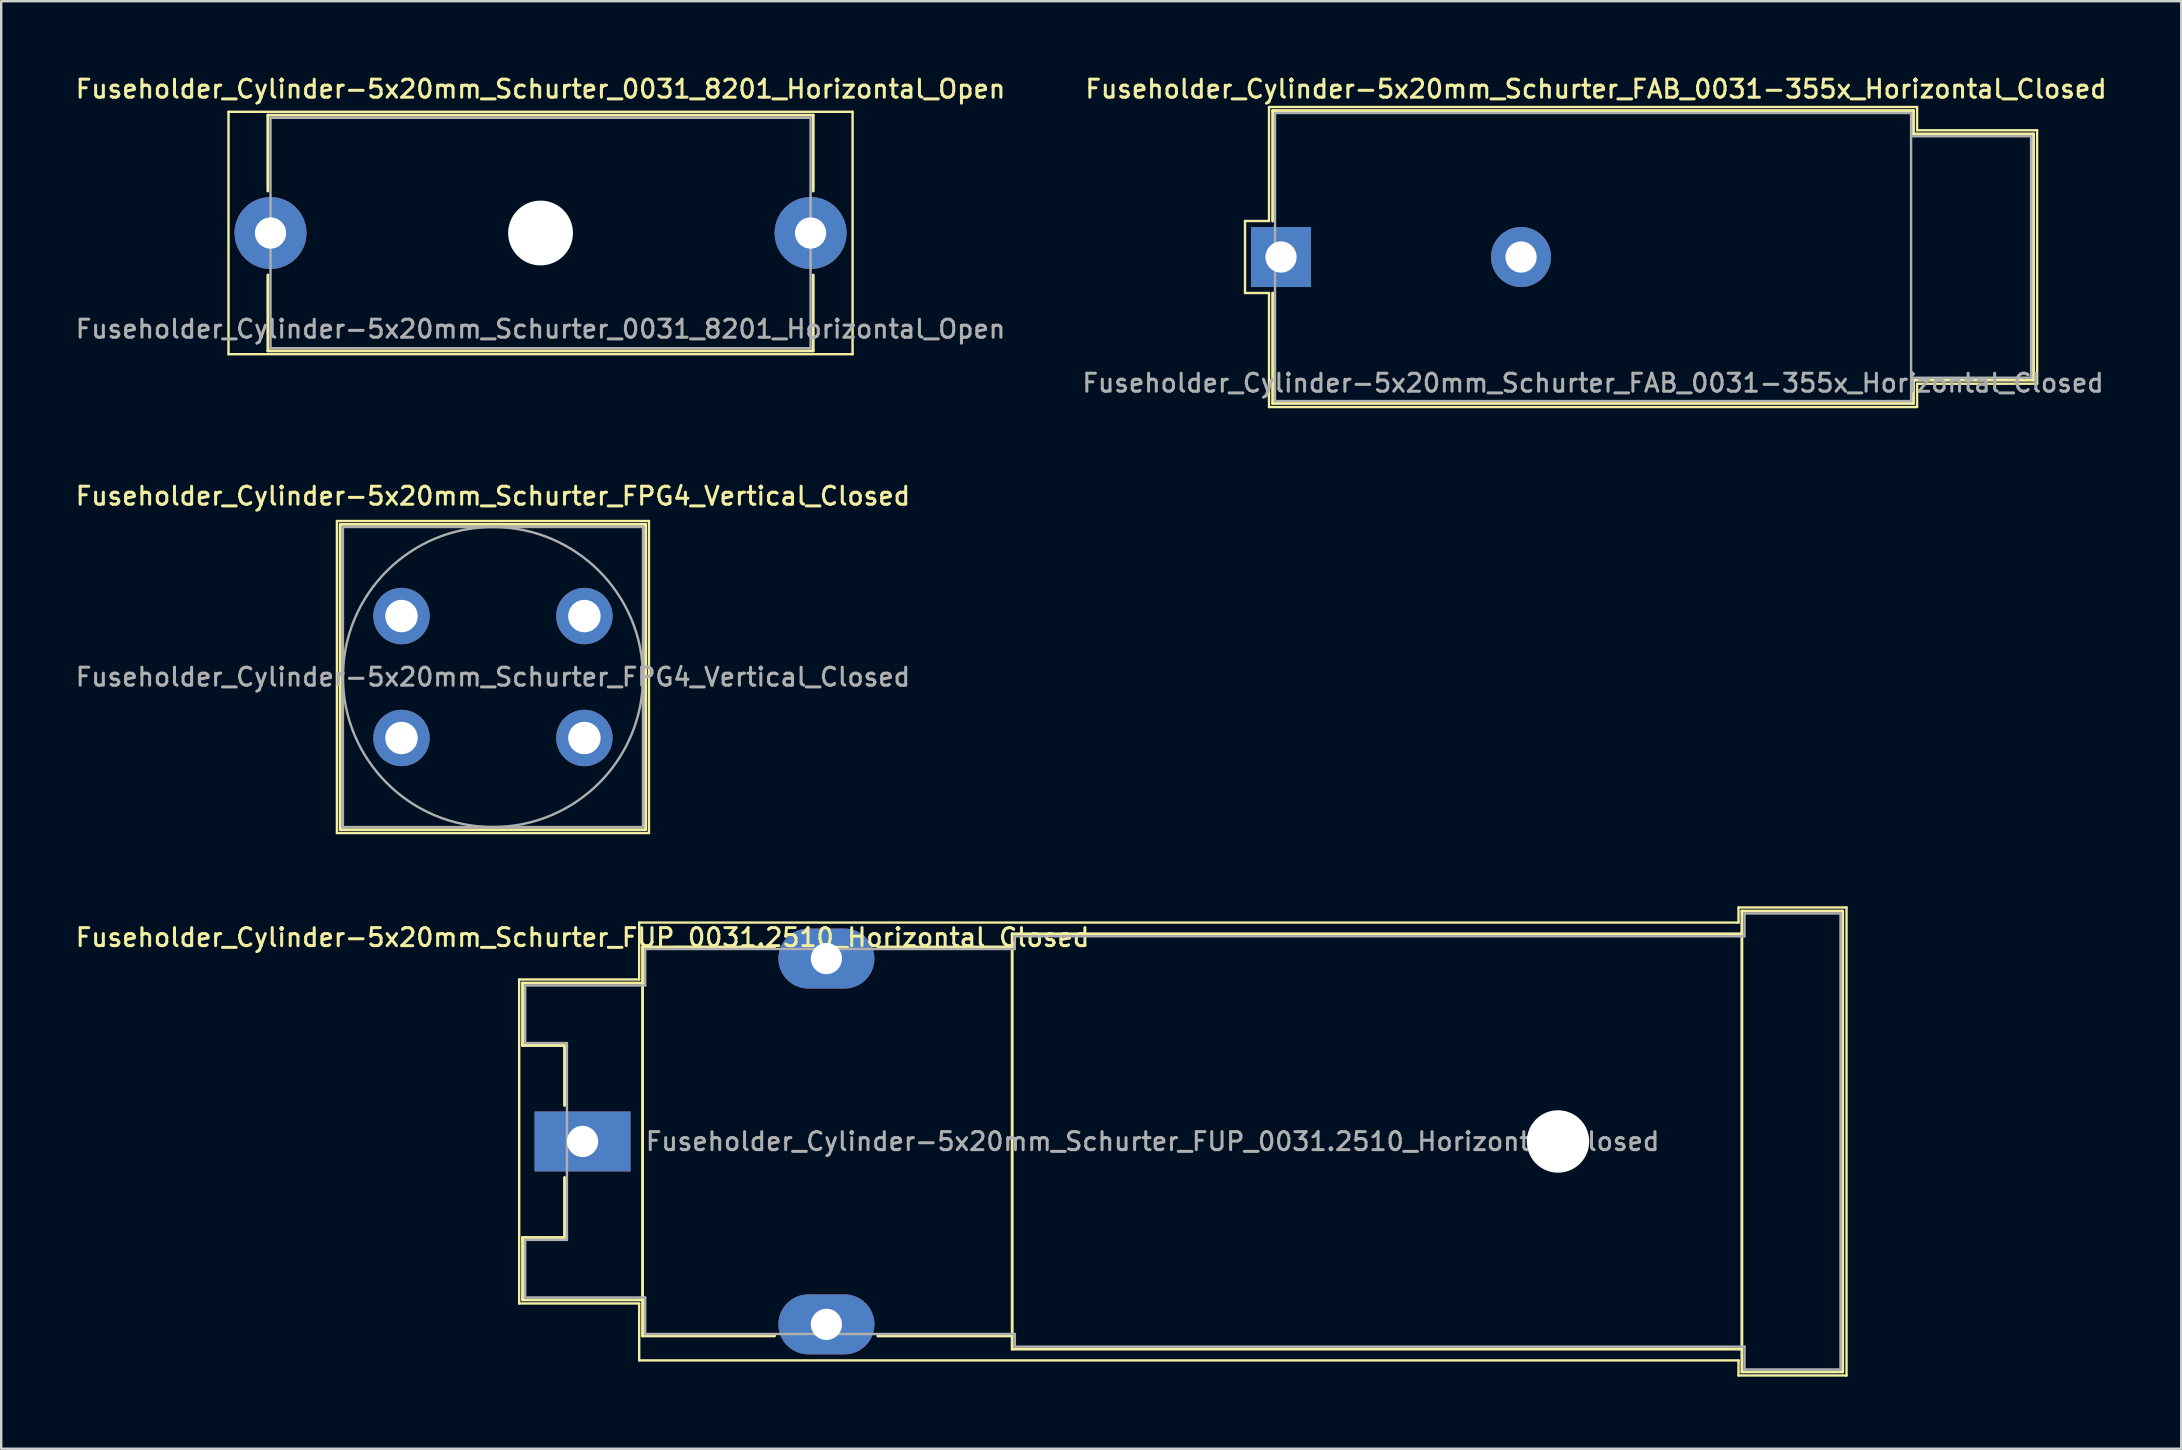
<source format=kicad_pcb>
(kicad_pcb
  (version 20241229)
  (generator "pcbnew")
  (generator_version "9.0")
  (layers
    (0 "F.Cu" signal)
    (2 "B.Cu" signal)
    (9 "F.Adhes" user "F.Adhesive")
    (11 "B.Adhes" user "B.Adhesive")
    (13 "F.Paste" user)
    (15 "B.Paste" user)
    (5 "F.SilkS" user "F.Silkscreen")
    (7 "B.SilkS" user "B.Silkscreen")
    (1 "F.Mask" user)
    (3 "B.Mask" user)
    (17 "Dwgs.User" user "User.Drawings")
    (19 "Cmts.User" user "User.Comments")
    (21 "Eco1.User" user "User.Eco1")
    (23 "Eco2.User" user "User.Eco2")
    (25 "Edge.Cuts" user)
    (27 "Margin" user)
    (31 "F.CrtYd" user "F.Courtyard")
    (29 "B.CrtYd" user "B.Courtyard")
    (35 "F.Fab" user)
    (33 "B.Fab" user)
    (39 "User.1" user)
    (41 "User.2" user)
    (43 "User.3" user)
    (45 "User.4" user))
  (footprint "Fuseholder_Cylinder-5x20mm_Schurter_0031_8201_Horizontal_Open"
    (layer "F.Cu")
    (at 8.22 6.658)
    (property "Reference" "Fuseholder_Cylinder-5x20mm_Schurter_0031_8201_Horizontal_Open" (at 11.25 -6 0) (layer "F.SilkS") (effects (font (size 0.75 0.75) (thickness 0.125))))
    (attr through_hole)
    (fp_line (start -1.75 -5.05) (end 24.25 -5.05) (stroke (width 0.1) (type solid)) (layer "F.SilkS"))
    (fp_line (start -1.75 5.05) (end -1.75 -5.05) (stroke (width 0.1) (type solid)) (layer "F.SilkS"))
    (fp_line (start -0.11 -4.91) (end 22.61 -4.91) (stroke (width 0.12) (type solid)) (layer "F.SilkS"))
    (fp_line (start -0.11 -1.75) (end -0.11 -4.91) (stroke (width 0.12) (type solid)) (layer "F.SilkS"))
    (fp_line (start -0.11 4.91) (end -0.11 1.75) (stroke (width 0.12) (type solid)) (layer "F.SilkS"))
    (fp_line (start -0.11 4.91) (end 22.61 4.91) (stroke (width 0.12) (type solid)) (layer "F.SilkS"))
    (fp_line (start 22.61 -1.75) (end 22.61 -4.91) (stroke (width 0.12) (type solid)) (layer "F.SilkS"))
    (fp_line (start 22.61 4.91) (end 22.61 1.75) (stroke (width 0.12) (type solid)) (layer "F.SilkS"))
    (fp_line (start 24.25 -5.05) (end 24.25 5.05) (stroke (width 0.1) (type solid)) (layer "F.SilkS"))
    (fp_line (start 24.25 5.05) (end -1.75 5.05) (stroke (width 0.1) (type solid)) (layer "F.SilkS"))
    (fp_line (start 0 -4.8) (end 0 4.8) (stroke (width 0.1) (type solid)) (layer "F.Fab"))
    (fp_line (start 0 4.8) (end 22.5 4.8) (stroke (width 0.1) (type solid)) (layer "F.Fab"))
    (fp_line (start 22.5 -4.8) (end 0 -4.8) (stroke (width 0.1) (type solid)) (layer "F.Fab"))
    (fp_line (start 22.5 4.8) (end 22.5 -4.8) (stroke (width 0.1) (type solid)) (layer "F.Fab"))
    (fp_text user "${REFERENCE}" (at 11.25 4 0) (layer "F.Fab") (effects (font (size 0.75 0.75) (thickness 0.125))))
    (pad "" np_thru_hole circle (at 11.25 0) (size 2.7 2.7) (drill 2.7) (layers "*.Cu" "*.Mask"))
    (pad "1" thru_hole circle (at 0 0) (size 3 3) (drill 1.3) (layers "*.Cu" "*.Mask"))
    (pad "2" thru_hole circle (at 22.5 0) (size 3 3) (drill 1.3) (layers "*.Cu" "*.Mask")))
  (footprint "Fuseholder_Cylinder-5x20mm_Schurter_FUP_0031.2510_Horizontal_Closed"
    (layer "F.Cu")
    (at 21.22 44.506)
    (property "Reference" "Fuseholder_Cylinder-5x20mm_Schurter_FUP_0031.2510_Horizontal_Closed" (at 0 -8.5 0) (layer "F.SilkS") (effects (font (size 0.75 0.75) (thickness 0.125))))
    (attr through_hole)
    (fp_line (start -2.64 -6.75) (end 2.36 -6.75) (stroke (width 0.1) (type solid)) (layer "F.SilkS"))
    (fp_line (start -2.64 6.75) (end -2.64 -6.75) (stroke (width 0.1) (type solid)) (layer "F.SilkS"))
    (fp_line (start -2.64 6.75) (end 2.36 6.75) (stroke (width 0.1) (type solid)) (layer "F.SilkS"))
    (fp_line (start -2.5 -6.6) (end 2.5 -6.6) (stroke (width 0.12) (type solid)) (layer "F.SilkS"))
    (fp_line (start -2.5 -4) (end -2.5 -6.6) (stroke (width 0.12) (type solid)) (layer "F.SilkS"))
    (fp_line (start -2.5 4) (end -0.75 4) (stroke (width 0.12) (type solid)) (layer "F.SilkS"))
    (fp_line (start -2.5 6.6) (end -2.5 4) (stroke (width 0.12) (type solid)) (layer "F.SilkS"))
    (fp_line (start -2.5 6.6) (end 2.5 6.6) (stroke (width 0.12) (type solid)) (layer "F.SilkS"))
    (fp_line (start -0.75 -4) (end -2.5 -4) (stroke (width 0.12) (type solid)) (layer "F.SilkS"))
    (fp_line (start -0.75 -1.5) (end -0.75 -4) (stroke (width 0.12) (type solid)) (layer "F.SilkS"))
    (fp_line (start -0.75 4) (end -0.75 1.5) (stroke (width 0.12) (type solid)) (layer "F.SilkS"))
    (fp_line (start 2.36 -9.12) (end 2.36 -6.75) (stroke (width 0.1) (type solid)) (layer "F.SilkS"))
    (fp_line (start 2.36 -9.12) (end 48.16 -9.12) (stroke (width 0.1) (type solid)) (layer "F.SilkS"))
    (fp_line (start 2.36 6.75) (end 2.36 9.12) (stroke (width 0.1) (type solid)) (layer "F.SilkS"))
    (fp_line (start 2.5 -8.1) (end 8 -8.1) (stroke (width 0.12) (type solid)) (layer "F.SilkS"))
    (fp_line (start 2.5 8.1) (end 2.5 -8.1) (stroke (width 0.12) (type solid)) (layer "F.SilkS"))
    (fp_line (start 2.5 8.1) (end 8 8.1) (stroke (width 0.12) (type solid)) (layer "F.SilkS"))
    (fp_line (start 12.3 -8.1) (end 17.9 -8.1) (stroke (width 0.12) (type solid)) (layer "F.SilkS"))
    (fp_line (start 12.3 8.1) (end 17.9 8.1) (stroke (width 0.12) (type solid)) (layer "F.SilkS"))
    (fp_line (start 17.9 -8.65) (end 48.3 -8.65) (stroke (width 0.12) (type solid)) (layer "F.SilkS"))
    (fp_line (start 17.9 8.65) (end 17.9 -8.65) (stroke (width 0.12) (type solid)) (layer "F.SilkS"))
    (fp_line (start 17.9 8.65) (end 48.3 8.65) (stroke (width 0.12) (type solid)) (layer "F.SilkS"))
    (fp_line (start 48.16 -9.75) (end 48.16 -9.12) (stroke (width 0.1) (type solid)) (layer "F.SilkS"))
    (fp_line (start 48.16 -9.75) (end 52.66 -9.75) (stroke (width 0.1) (type solid)) (layer "F.SilkS"))
    (fp_line (start 48.16 9.12) (end 2.36 9.12) (stroke (width 0.1) (type solid)) (layer "F.SilkS"))
    (fp_line (start 48.16 9.12) (end 48.16 9.75) (stroke (width 0.1) (type solid)) (layer "F.SilkS"))
    (fp_line (start 48.16 9.75) (end 52.66 9.75) (stroke (width 0.1) (type solid)) (layer "F.SilkS"))
    (fp_line (start 48.3 -9.6) (end 52.5 -9.6) (stroke (width 0.12) (type solid)) (layer "F.SilkS"))
    (fp_line (start 48.3 9.6) (end 48.3 -9.6) (stroke (width 0.12) (type solid)) (layer "F.SilkS"))
    (fp_line (start 48.3 9.6) (end 52.5 9.6) (stroke (width 0.12) (type solid)) (layer "F.SilkS"))
    (fp_line (start 52.5 -9.6) (end 52.5 9.6) (stroke (width 0.12) (type solid)) (layer "F.SilkS"))
    (fp_line (start 52.66 -9.75) (end 52.66 9.75) (stroke (width 0.1) (type solid)) (layer "F.SilkS"))
    (fp_line (start -2.39 -4.1) (end -2.39 -6.5) (stroke (width 0.1) (type solid)) (layer "F.Fab"))
    (fp_line (start -2.39 -4.1) (end -0.65 -4.1) (stroke (width 0.1) (type solid)) (layer "F.Fab"))
    (fp_line (start -2.39 4.1) (end -2.39 6.5) (stroke (width 0.1) (type solid)) (layer "F.Fab"))
    (fp_line (start -2.39 6.5) (end 2.61 6.5) (stroke (width 0.1) (type solid)) (layer "F.Fab"))
    (fp_line (start -0.65 -4.1) (end -0.65 4.1) (stroke (width 0.1) (type solid)) (layer "F.Fab"))
    (fp_line (start -0.65 4.1) (end -2.39 4.1) (stroke (width 0.1) (type solid)) (layer "F.Fab"))
    (fp_line (start 2.61 -8.02) (end 2.61 -6.5) (stroke (width 0.1) (type solid)) (layer "F.Fab"))
    (fp_line (start 2.61 -6.5) (end -2.39 -6.5) (stroke (width 0.1) (type solid)) (layer "F.Fab"))
    (fp_line (start 2.61 6.5) (end 2.61 8.02) (stroke (width 0.1) (type solid)) (layer "F.Fab"))
    (fp_line (start 2.61 8.02) (end 18.01 8.02) (stroke (width 0.1) (type solid)) (layer "F.Fab"))
    (fp_line (start 18.01 -8.55) (end 18.01 -8.02) (stroke (width 0.1) (type solid)) (layer "F.Fab"))
    (fp_line (start 18.01 -8.02) (end 2.61 -8.02) (stroke (width 0.1) (type solid)) (layer "F.Fab"))
    (fp_line (start 18.01 8.02) (end 18.01 8.55) (stroke (width 0.1) (type solid)) (layer "F.Fab"))
    (fp_line (start 18.01 8.55) (end 48.41 8.55) (stroke (width 0.1) (type solid)) (layer "F.Fab"))
    (fp_line (start 48.41 -9.5) (end 48.41 -8.55) (stroke (width 0.1) (type solid)) (layer "F.Fab"))
    (fp_line (start 48.41 -8.55) (end 18.01 -8.55) (stroke (width 0.1) (type solid)) (layer "F.Fab"))
    (fp_line (start 48.41 8.55) (end 48.41 9.5) (stroke (width 0.1) (type solid)) (layer "F.Fab"))
    (fp_line (start 48.41 9.5) (end 52.41 9.5) (stroke (width 0.1) (type solid)) (layer "F.Fab"))
    (fp_line (start 52.41 -9.5) (end 48.41 -9.5) (stroke (width 0.1) (type solid)) (layer "F.Fab"))
    (fp_line (start 52.41 -9.5) (end 52.41 9.5) (stroke (width 0.1) (type solid)) (layer "F.Fab"))
    (fp_text user "${REFERENCE}" (at 23.75 0 0) (layer "F.Fab") (effects (font (size 0.75 0.75) (thickness 0.125))))
    (pad "" np_thru_hole circle (at 40.64 0) (size 2.6 2.6) (drill 2.6) (layers "*.Cu" "*.Mask"))
    (pad "1" thru_hole rect (at 0 0) (size 4 2.5) (drill 1.3) (layers "*.Cu" "*.Mask"))
    (pad "2" thru_hole oval (at 10.16 -7.62) (size 4 2.5) (drill 1.3) (layers "*.Cu" "*.Mask"))
    (pad "2" thru_hole oval (at 10.16 7.62) (size 4 2.5) (drill 1.3) (layers "*.Cu" "*.Mask")))
  (footprint "Fuseholder_Cylinder-5x20mm_Schurter_FPG4_Vertical_Closed"
    (layer "F.Cu")
    (at 13.677 22.616)
    (property "Reference" "Fuseholder_Cylinder-5x20mm_Schurter_FPG4_Vertical_Closed" (at 3.81 -5 0) (layer "F.SilkS") (effects (font (size 0.75 0.75) (thickness 0.125))))
    (attr through_hole)
    (fp_line (start -2.69 -3.96) (end 10.31 -3.96) (stroke (width 0.1) (type solid)) (layer "F.SilkS"))
    (fp_line (start -2.69 9.04) (end -2.69 -3.96) (stroke (width 0.1) (type solid)) (layer "F.SilkS"))
    (fp_line (start -2.55 -3.82) (end 10.17 -3.82) (stroke (width 0.12) (type solid)) (layer "F.SilkS"))
    (fp_line (start -2.55 8.9) (end -2.55 -3.82) (stroke (width 0.12) (type solid)) (layer "F.SilkS"))
    (fp_line (start 10.17 -3.82) (end 10.17 8.9) (stroke (width 0.12) (type solid)) (layer "F.SilkS"))
    (fp_line (start 10.17 8.9) (end -2.55 8.9) (stroke (width 0.12) (type solid)) (layer "F.SilkS"))
    (fp_line (start 10.31 -3.96) (end 10.31 9.04) (stroke (width 0.1) (type solid)) (layer "F.SilkS"))
    (fp_line (start 10.31 9.04) (end -2.69 9.04) (stroke (width 0.1) (type solid)) (layer "F.SilkS"))
    (fp_line (start -2.44 -3.71) (end 10.06 -3.71) (stroke (width 0.1) (type solid)) (layer "F.Fab"))
    (fp_line (start -2.44 8.79) (end -2.44 -3.71) (stroke (width 0.1) (type solid)) (layer "F.Fab"))
    (fp_line (start 10.06 -3.71) (end 10.06 8.79) (stroke (width 0.1) (type solid)) (layer "F.Fab"))
    (fp_line (start 10.06 8.79) (end -2.44 8.79) (stroke (width 0.1) (type solid)) (layer "F.Fab"))
    (fp_circle (center 3.81 2.54) (end 10.06 2.54) (stroke (width 0.1) (type solid)) (fill no) (layer "F.Fab"))
    (fp_text user "${REFERENCE}" (at 3.81 2.54 0) (layer "F.Fab") (effects (font (size 0.75 0.75) (thickness 0.125))))
    (pad "1" thru_hole circle (at 0 0) (size 2.35 2.35) (drill 1.35) (layers "*.Cu" "*.Mask"))
    (pad "1" thru_hole circle (at 0 5.08) (size 2.35 2.35) (drill 1.35) (layers "*.Cu" "*.Mask"))
    (pad "2" thru_hole circle (at 7.62 0) (size 2.35 2.35) (drill 1.35) (layers "*.Cu" "*.Mask"))
    (pad "2" thru_hole circle (at 7.62 5.08) (size 2.35 2.35) (drill 1.35) (layers "*.Cu" "*.Mask")))
  (footprint "Fuseholder_Cylinder-5x20mm_Schurter_FAB_0031-355x_Horizontal_Closed"
    (layer "F.Cu")
    (at 50.32 7.658)
    (property "Reference" "Fuseholder_Cylinder-5x20mm_Schurter_FAB_0031-355x_Horizontal_Closed" (at 13.125 -7 0) (layer "F.SilkS") (effects (font (size 0.75 0.75) (thickness 0.125))))
    (attr through_hole)
    (fp_line (start -1.5 -1.5) (end -1.5 1.5) (stroke (width 0.1) (type solid)) (layer "F.SilkS"))
    (fp_line (start -1.5 1.5) (end -0.5 1.5) (stroke (width 0.1) (type solid)) (layer "F.SilkS"))
    (fp_line (start -0.5 -6.25) (end -0.5 -1.5) (stroke (width 0.1) (type solid)) (layer "F.SilkS"))
    (fp_line (start -0.5 -6.25) (end 26.5 -6.25) (stroke (width 0.1) (type solid)) (layer "F.SilkS"))
    (fp_line (start -0.5 -1.5) (end -1.5 -1.5) (stroke (width 0.1) (type solid)) (layer "F.SilkS"))
    (fp_line (start -0.5 1.5) (end -0.5 6.25) (stroke (width 0.1) (type solid)) (layer "F.SilkS"))
    (fp_line (start -0.35 -6.1) (end -0.35 -1.5) (stroke (width 0.12) (type solid)) (layer "F.SilkS"))
    (fp_line (start -0.35 1.5) (end -0.35 6.1) (stroke (width 0.12) (type solid)) (layer "F.SilkS"))
    (fp_line (start -0.35 6.1) (end 26.35 6.1) (stroke (width 0.12) (type solid)) (layer "F.SilkS"))
    (fp_line (start 26.35 -6.1) (end -0.35 -6.1) (stroke (width 0.12) (type solid)) (layer "F.SilkS"))
    (fp_line (start 26.35 -5.13) (end 26.35 -6.1) (stroke (width 0.12) (type solid)) (layer "F.SilkS"))
    (fp_line (start 26.35 -5.13) (end 31.35 -5.13) (stroke (width 0.12) (type solid)) (layer "F.SilkS"))
    (fp_line (start 26.35 5.13) (end 26.35 6.1) (stroke (width 0.12) (type solid)) (layer "F.SilkS"))
    (fp_line (start 26.5 -6.25) (end 26.5 -5.28) (stroke (width 0.1) (type solid)) (layer "F.SilkS"))
    (fp_line (start 26.5 5.28) (end 26.5 6.25) (stroke (width 0.1) (type solid)) (layer "F.SilkS"))
    (fp_line (start 26.5 5.28) (end 31.5 5.28) (stroke (width 0.1) (type solid)) (layer "F.SilkS"))
    (fp_line (start 26.5 6.25) (end -0.5 6.25) (stroke (width 0.1) (type solid)) (layer "F.SilkS"))
    (fp_line (start 31.35 -5.13) (end 31.35 5.13) (stroke (width 0.12) (type solid)) (layer "F.SilkS"))
    (fp_line (start 31.35 5.13) (end 26.35 5.13) (stroke (width 0.12) (type solid)) (layer "F.SilkS"))
    (fp_line (start 31.5 -5.28) (end 26.5 -5.28) (stroke (width 0.1) (type solid)) (layer "F.SilkS"))
    (fp_line (start 31.5 5.28) (end 31.5 -5.28) (stroke (width 0.1) (type solid)) (layer "F.SilkS"))
    (fp_line (start -0.25 -6) (end 26.25 -6) (stroke (width 0.1) (type solid)) (layer "F.Fab"))
    (fp_line (start -0.25 6) (end -0.25 -6) (stroke (width 0.1) (type solid)) (layer "F.Fab"))
    (fp_line (start 26.25 -6) (end 26.25 6) (stroke (width 0.1) (type solid)) (layer "F.Fab"))
    (fp_line (start 26.25 -5.03) (end 31.25 -5.03) (stroke (width 0.1) (type solid)) (layer "F.Fab"))
    (fp_line (start 26.25 6) (end -0.25 6) (stroke (width 0.1) (type solid)) (layer "F.Fab"))
    (fp_line (start 31.25 -5.03) (end 31.25 5.03) (stroke (width 0.1) (type solid)) (layer "F.Fab"))
    (fp_line (start 31.25 5.03) (end 26.25 5.03) (stroke (width 0.1) (type solid)) (layer "F.Fab"))
    (fp_text user "${REFERENCE}" (at 13 5.25 0) (layer "F.Fab") (effects (font (size 0.75 0.75) (thickness 0.125))))
    (pad "1" thru_hole rect (at 0 0) (size 2.5 2.5) (drill 1.3) (layers "*.Cu" "*.Mask"))
    (pad "2" thru_hole circle (at 10 0) (size 2.5 2.5) (drill 1.3) (layers "*.Cu" "*.Mask")))
  (gr_rect
    (start -3 -3)
    (end 87.825 57.306)
    (stroke (width 0.1) (type default))
    (fill no)
    (layer "Edge.Cuts")))
</source>
